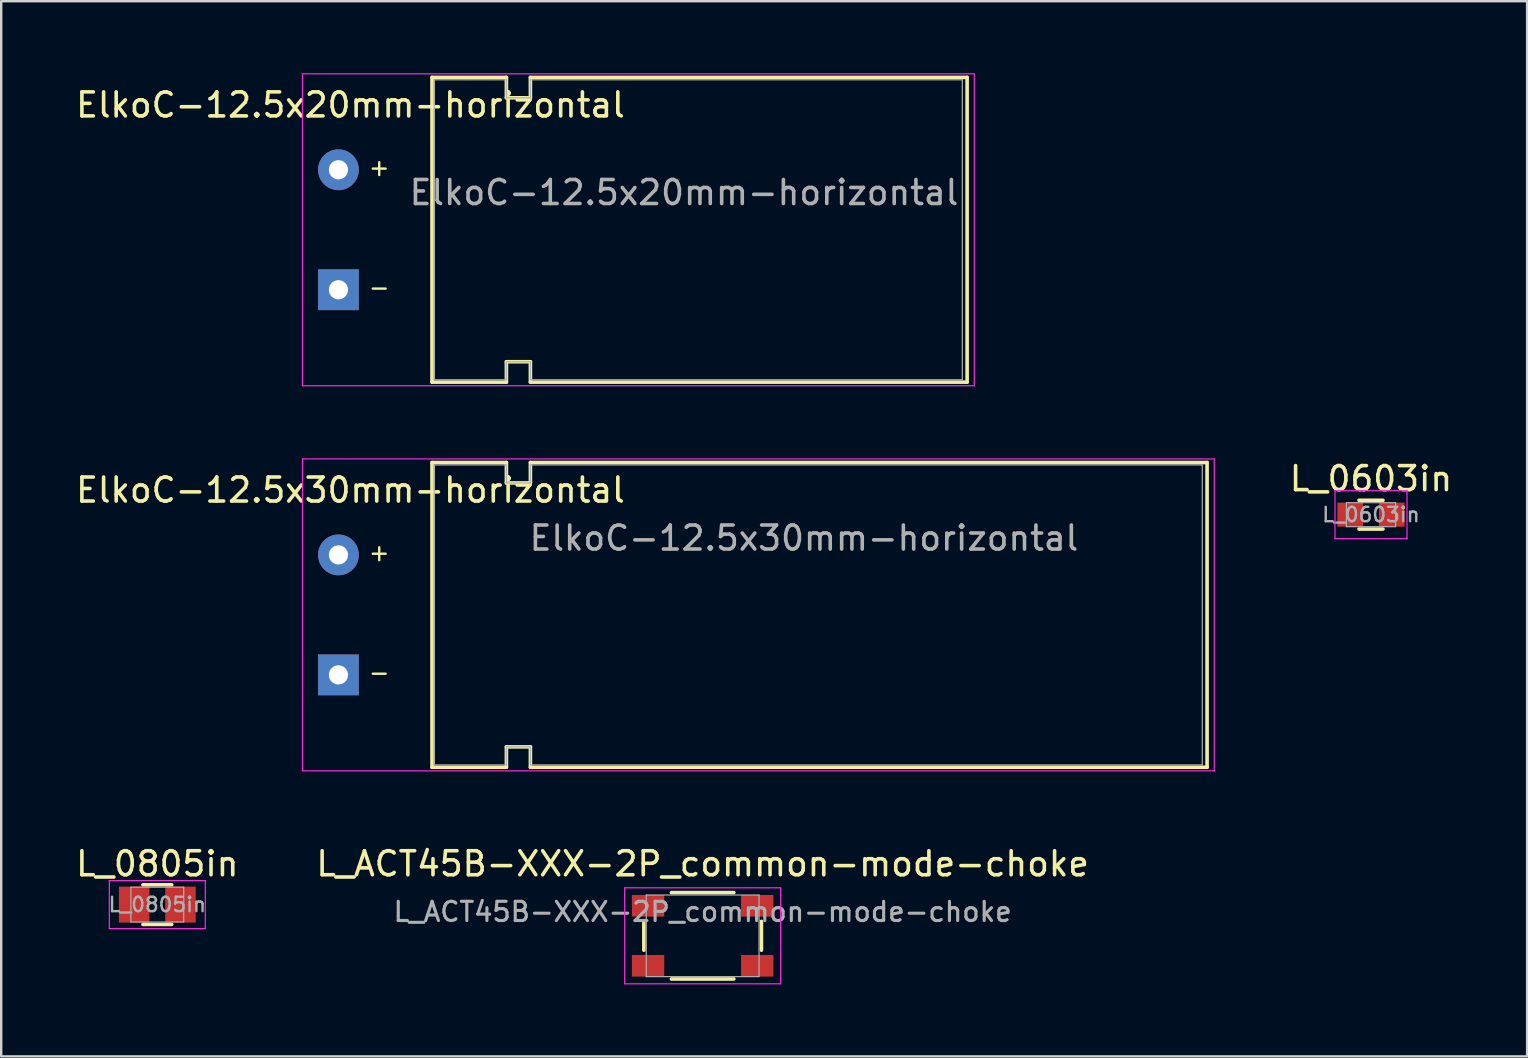
<source format=kicad_pcb>
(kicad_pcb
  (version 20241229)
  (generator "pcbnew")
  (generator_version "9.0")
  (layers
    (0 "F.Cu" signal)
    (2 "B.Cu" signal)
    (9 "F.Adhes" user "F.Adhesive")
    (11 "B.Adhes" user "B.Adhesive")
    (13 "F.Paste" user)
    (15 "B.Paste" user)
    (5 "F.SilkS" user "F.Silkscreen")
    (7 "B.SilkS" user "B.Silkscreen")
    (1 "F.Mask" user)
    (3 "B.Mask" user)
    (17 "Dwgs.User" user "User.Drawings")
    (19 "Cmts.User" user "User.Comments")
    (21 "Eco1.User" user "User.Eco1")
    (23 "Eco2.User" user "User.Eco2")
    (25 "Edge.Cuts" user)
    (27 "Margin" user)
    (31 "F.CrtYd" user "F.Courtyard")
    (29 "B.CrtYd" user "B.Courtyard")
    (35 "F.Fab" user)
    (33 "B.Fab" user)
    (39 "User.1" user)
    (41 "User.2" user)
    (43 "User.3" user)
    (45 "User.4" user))
  (footprint "L_0805in"
    (layer "F.Cu")
    (at 3.506 34.648)
    (property "Reference" "L_0805in" (at 0 0 0) (layer "F.Fab") (effects (font (size 0.6 0.6) (thickness 0.1))))
    (attr smd)
    (fp_line (start -0.6 -0.825) (end 0.6 -0.825) (stroke (width 0.15) (type solid)) (layer "F.SilkS"))
    (fp_line (start 0.6 0.825) (end -0.6 0.825) (stroke (width 0.15) (type solid)) (layer "F.SilkS"))
    (fp_line (start -2 -1) (end -2 1) (stroke (width 0.05) (type solid)) (layer "F.CrtYd"))
    (fp_line (start -2 -1) (end 2 -1) (stroke (width 0.05) (type solid)) (layer "F.CrtYd"))
    (fp_line (start -2 1) (end 2 1) (stroke (width 0.05) (type solid)) (layer "F.CrtYd"))
    (fp_line (start 2 -1) (end 2 1) (stroke (width 0.05) (type solid)) (layer "F.CrtYd"))
    (fp_line (start -1.1 -0.725) (end 1.1 -0.725) (stroke (width 0.05) (type solid)) (layer "F.Fab"))
    (fp_line (start -1.1 0.725) (end -1.1 -0.725) (stroke (width 0.05) (type solid)) (layer "F.Fab"))
    (fp_line (start 1.1 -0.725) (end 1.1 0.725) (stroke (width 0.05) (type solid)) (layer "F.Fab"))
    (fp_line (start 1.1 0.725) (end -1.1 0.725) (stroke (width 0.05) (type solid)) (layer "F.Fab"))
    (fp_text user "${REFERENCE}" (at 0 -1.7 0) (layer "F.SilkS") (effects (font (size 1 1) (thickness 0.15))))
    (pad "1" smd rect (at -0.965 0) (size 1.27 1.5) (layers "F.Cu" "F.Mask" "F.Paste"))
    (pad "2" smd rect (at 0.965 0) (size 1.27 1.5) (layers "F.Cu" "F.Mask" "F.Paste")))
  (footprint "ElkoC-12.5x30mm-horizontal"
    (layer "F.Cu")
    (at 11.054 20.075)
    (property "Reference" "ElkoC-12.5x30mm-horizontal" (at 0.5 -2.7 0) (layer "F.SilkS") (effects (font (size 1 1) (thickness 0.15))))
    (attr through_hole)
    (fp_line (start 3.9 -3.85) (end 3.9 8.85) (stroke (width 0.15) (type solid)) (layer "F.SilkS"))
    (fp_line (start 3.9 -3.85) (end 7 -3.85) (stroke (width 0.15) (type solid)) (layer "F.SilkS"))
    (fp_line (start 3.9 8.85) (end 7 8.85) (stroke (width 0.15) (type solid)) (layer "F.SilkS"))
    (fp_line (start 7 -3.85) (end 7 -3) (stroke (width 0.15) (type solid)) (layer "F.SilkS"))
    (fp_line (start 7 -3) (end 8 -3) (stroke (width 0.15) (type solid)) (layer "F.SilkS"))
    (fp_line (start 7 8) (end 8 8) (stroke (width 0.15) (type solid)) (layer "F.SilkS"))
    (fp_line (start 7 8.85) (end 7 8) (stroke (width 0.15) (type solid)) (layer "F.SilkS"))
    (fp_line (start 8 -3.85) (end 36.2 -3.85) (stroke (width 0.15) (type solid)) (layer "F.SilkS"))
    (fp_line (start 8 -3) (end 8 -3.85) (stroke (width 0.15) (type solid)) (layer "F.SilkS"))
    (fp_line (start 8 8) (end 8 8.85) (stroke (width 0.15) (type solid)) (layer "F.SilkS"))
    (fp_line (start 8 8.85) (end 36.2 8.85) (stroke (width 0.15) (type solid)) (layer "F.SilkS"))
    (fp_line (start 36.2 8.85) (end 36.2 -3.85) (stroke (width 0.15) (type solid)) (layer "F.SilkS"))
    (fp_line (start -1.5 -4) (end -1.5 9) (stroke (width 0.05) (type solid)) (layer "F.CrtYd"))
    (fp_line (start -1.5 9) (end 36.5 9) (stroke (width 0.05) (type solid)) (layer "F.CrtYd"))
    (fp_line (start 36.5 -4) (end -1.5 -4) (stroke (width 0.05) (type solid)) (layer "F.CrtYd"))
    (fp_line (start 36.5 9) (end 36.5 -4) (stroke (width 0.05) (type solid)) (layer "F.CrtYd"))
    (fp_line (start 4 8.75) (end 4 -3.75) (stroke (width 0.05) (type solid)) (layer "F.Fab"))
    (fp_line (start 4 8.75) (end 7 8.75) (stroke (width 0.05) (type solid)) (layer "F.Fab"))
    (fp_line (start 7 -3.75) (end 4 -3.75) (stroke (width 0.05) (type solid)) (layer "F.Fab"))
    (fp_line (start 7 -3) (end 7 -3.75) (stroke (width 0.05) (type solid)) (layer "F.Fab"))
    (fp_line (start 7 8) (end 8 8) (stroke (width 0.05) (type solid)) (layer "F.Fab"))
    (fp_line (start 7 8.75) (end 7 8) (stroke (width 0.05) (type solid)) (layer "F.Fab"))
    (fp_line (start 8 -3.75) (end 8 -3) (stroke (width 0.05) (type solid)) (layer "F.Fab"))
    (fp_line (start 8 -3) (end 7 -3) (stroke (width 0.05) (type solid)) (layer "F.Fab"))
    (fp_line (start 8 8) (end 8 8.75) (stroke (width 0.05) (type solid)) (layer "F.Fab"))
    (fp_line (start 8 8.75) (end 36 8.75) (stroke (width 0.05) (type solid)) (layer "F.Fab"))
    (fp_line (start 36 -3.75) (end 8 -3.75) (stroke (width 0.05) (type solid)) (layer "F.Fab"))
    (fp_line (start 36 -3.75) (end 36 8.75) (stroke (width 0.05) (type solid)) (layer "F.Fab"))
    (fp_text user "-" (at 1.7 4.9 0) (layer "F.SilkS") (effects (font (size 0.7 0.7) (thickness 0.1))))
    (fp_text user "+" (at 1.7 -0.1 0) (layer "F.SilkS") (effects (font (size 0.7 0.7) (thickness 0.1))))
    (fp_text user "${REFERENCE}" (at 19.4 -0.7 0) (layer "F.Fab") (effects (font (size 1 1) (thickness 0.15))))
    (pad "1" thru_hole circle (at 0 0) (size 1.7 1.7) (drill 0.8) (layers "*.Cu" "*.Mask"))
    (pad "2" thru_hole rect (at 0 5) (size 1.7 1.7) (drill 0.8) (layers "*.Cu" "*.Mask")))
  (footprint "ElkoC-12.5x20mm-horizontal"
    (layer "F.Cu")
    (at 11.054 4.025)
    (property "Reference" "ElkoC-12.5x20mm-horizontal" (at 0.5 -2.7 0) (layer "F.SilkS") (effects (font (size 1 1) (thickness 0.15))))
    (attr through_hole)
    (fp_line (start 3.9 -3.85) (end 3.9 8.85) (stroke (width 0.15) (type solid)) (layer "F.SilkS"))
    (fp_line (start 3.9 -3.85) (end 7 -3.85) (stroke (width 0.15) (type solid)) (layer "F.SilkS"))
    (fp_line (start 3.9 8.85) (end 7 8.85) (stroke (width 0.15) (type solid)) (layer "F.SilkS"))
    (fp_line (start 7 -3.85) (end 7 -3) (stroke (width 0.15) (type solid)) (layer "F.SilkS"))
    (fp_line (start 7 -3) (end 8 -3) (stroke (width 0.15) (type solid)) (layer "F.SilkS"))
    (fp_line (start 7 8) (end 8 8) (stroke (width 0.15) (type solid)) (layer "F.SilkS"))
    (fp_line (start 7 8.85) (end 7 8) (stroke (width 0.15) (type solid)) (layer "F.SilkS"))
    (fp_line (start 8 -3.85) (end 26.2 -3.85) (stroke (width 0.15) (type solid)) (layer "F.SilkS"))
    (fp_line (start 8 -3) (end 8 -3.85) (stroke (width 0.15) (type solid)) (layer "F.SilkS"))
    (fp_line (start 8 8) (end 8 8.85) (stroke (width 0.15) (type solid)) (layer "F.SilkS"))
    (fp_line (start 8 8.85) (end 26.2 8.85) (stroke (width 0.15) (type solid)) (layer "F.SilkS"))
    (fp_line (start 26.2 8.85) (end 26.2 -3.85) (stroke (width 0.15) (type solid)) (layer "F.SilkS"))
    (fp_line (start -1.5 -4) (end -1.5 9) (stroke (width 0.05) (type solid)) (layer "F.CrtYd"))
    (fp_line (start -1.5 9) (end 26.5 9) (stroke (width 0.05) (type solid)) (layer "F.CrtYd"))
    (fp_line (start 26.5 -4) (end -1.5 -4) (stroke (width 0.05) (type solid)) (layer "F.CrtYd"))
    (fp_line (start 26.5 9) (end 26.5 -4) (stroke (width 0.05) (type solid)) (layer "F.CrtYd"))
    (fp_line (start 4 8.75) (end 4 -3.75) (stroke (width 0.05) (type solid)) (layer "F.Fab"))
    (fp_line (start 4 8.75) (end 7 8.75) (stroke (width 0.05) (type solid)) (layer "F.Fab"))
    (fp_line (start 7 -3.75) (end 4 -3.75) (stroke (width 0.05) (type solid)) (layer "F.Fab"))
    (fp_line (start 7 -3) (end 7 -3.75) (stroke (width 0.05) (type solid)) (layer "F.Fab"))
    (fp_line (start 7 8) (end 8 8) (stroke (width 0.05) (type solid)) (layer "F.Fab"))
    (fp_line (start 7 8.75) (end 7 8) (stroke (width 0.05) (type solid)) (layer "F.Fab"))
    (fp_line (start 8 -3.75) (end 8 -3) (stroke (width 0.05) (type solid)) (layer "F.Fab"))
    (fp_line (start 8 -3) (end 7 -3) (stroke (width 0.05) (type solid)) (layer "F.Fab"))
    (fp_line (start 8 8) (end 8 8.75) (stroke (width 0.05) (type solid)) (layer "F.Fab"))
    (fp_line (start 8 8.75) (end 26 8.75) (stroke (width 0.05) (type solid)) (layer "F.Fab"))
    (fp_line (start 26 -3.75) (end 8 -3.75) (stroke (width 0.05) (type solid)) (layer "F.Fab"))
    (fp_line (start 26 -3.75) (end 26 8.75) (stroke (width 0.05) (type solid)) (layer "F.Fab"))
    (fp_text user "+" (at 1.7 -0.1 0) (layer "F.SilkS") (effects (font (size 0.7 0.7) (thickness 0.1))))
    (fp_text user "-" (at 1.7 4.9 0) (layer "F.SilkS") (effects (font (size 0.7 0.7) (thickness 0.1))))
    (fp_text user "${REFERENCE}" (at 14.4 0.95 0) (layer "F.Fab") (effects (font (size 1 1) (thickness 0.15))))
    (pad "1" thru_hole circle (at 0 0) (size 1.7 1.7) (drill 0.8) (layers "*.Cu" "*.Mask"))
    (pad "2" thru_hole rect (at 0 5) (size 1.7 1.7) (drill 0.8) (layers "*.Cu" "*.Mask")))
  (footprint "L_ACT45B-XXX-2P_common-mode-choke"
    (layer "F.Cu")
    (at 26.232 35.948)
    (property "Reference" "L_ACT45B-XXX-2P_common-mode-choke" (at 0 -1 0) (layer "F.Fab") (effects (font (size 0.8 0.8) (thickness 0.13))))
    (attr smd)
    (fp_line (start -2.45 -0.6) (end -2.45 0.6) (stroke (width 0.15) (type solid)) (layer "F.SilkS"))
    (fp_line (start -1.3 -1.8) (end 1.3 -1.8) (stroke (width 0.15) (type solid)) (layer "F.SilkS"))
    (fp_line (start -1.3 1.8) (end 1.3 1.8) (stroke (width 0.15) (type solid)) (layer "F.SilkS"))
    (fp_line (start 2.45 -0.6) (end 2.45 0.6) (stroke (width 0.15) (type solid)) (layer "F.SilkS"))
    (fp_line (start -3.25 -2) (end -3.25 2) (stroke (width 0.05) (type solid)) (layer "F.CrtYd"))
    (fp_line (start -3.25 2) (end 3.25 2) (stroke (width 0.05) (type solid)) (layer "F.CrtYd"))
    (fp_line (start 3.25 -2) (end -3.25 -2) (stroke (width 0.05) (type solid)) (layer "F.CrtYd"))
    (fp_line (start 3.25 2) (end 3.25 -2) (stroke (width 0.05) (type solid)) (layer "F.CrtYd"))
    (fp_line (start -2.35 -1.7) (end 2.35 -1.7) (stroke (width 0.05) (type solid)) (layer "F.Fab"))
    (fp_line (start -2.35 1.7) (end -2.35 -1.7) (stroke (width 0.05) (type solid)) (layer "F.Fab"))
    (fp_line (start 2.35 -1.7) (end 2.35 1.7) (stroke (width 0.05) (type solid)) (layer "F.Fab"))
    (fp_line (start 2.35 1.7) (end -2.35 1.7) (stroke (width 0.05) (type solid)) (layer "F.Fab"))
    (fp_text user "${REFERENCE}" (at 0 -3 0) (layer "F.SilkS") (effects (font (size 1 1) (thickness 0.15))))
    (pad "1" smd rect (at -2.275 1.25) (size 1.35 0.9) (layers "F.Cu" "F.Mask" "F.Paste"))
    (pad "2" smd rect (at 2.275 1.25) (size 1.35 0.9) (layers "F.Cu" "F.Mask" "F.Paste"))
    (pad "3" smd rect (at 2.275 -1.25) (size 1.35 0.9) (layers "F.Cu" "F.Mask" "F.Paste"))
    (pad "4" smd rect (at -2.275 -1.25) (size 1.35 0.9) (layers "F.Cu" "F.Mask" "F.Paste")))
  (footprint "L_0603in"
    (layer "F.Cu")
    (at 54.085 18.398)
    (property "Reference" "L_0603in" (at 0 0 0) (layer "F.Fab") (effects (font (size 0.6 0.6) (thickness 0.1))))
    (attr smd)
    (fp_line (start -0.5 -0.6) (end 0.5 -0.6) (stroke (width 0.15) (type solid)) (layer "F.SilkS"))
    (fp_line (start 0.5 0.6) (end -0.5 0.6) (stroke (width 0.15) (type solid)) (layer "F.SilkS"))
    (fp_line (start -1.5 -1) (end -1.5 1) (stroke (width 0.05) (type solid)) (layer "F.CrtYd"))
    (fp_line (start -1.5 -1) (end 1.5 -1) (stroke (width 0.05) (type solid)) (layer "F.CrtYd"))
    (fp_line (start -1.5 1) (end 1.5 1) (stroke (width 0.05) (type solid)) (layer "F.CrtYd"))
    (fp_line (start 1.5 -1) (end 1.5 1) (stroke (width 0.05) (type solid)) (layer "F.CrtYd"))
    (fp_line (start -1.025 -0.5) (end 1.025 -0.5) (stroke (width 0.05) (type solid)) (layer "F.Fab"))
    (fp_line (start -1.025 0.5) (end -1.025 -0.5) (stroke (width 0.05) (type solid)) (layer "F.Fab"))
    (fp_line (start 1.025 -0.5) (end 1.025 0.5) (stroke (width 0.05) (type solid)) (layer "F.Fab"))
    (fp_line (start 1.025 0.5) (end -1.025 0.5) (stroke (width 0.05) (type solid)) (layer "F.Fab"))
    (fp_text user "${REFERENCE}" (at 0 -1.5 0) (layer "F.SilkS") (effects (font (size 1 1) (thickness 0.15))))
    (pad "1" smd rect (at -0.865 0) (size 1.07 1) (layers "F.Cu" "F.Mask" "F.Paste"))
    (pad "2" smd rect (at 0.865 0) (size 1.07 1) (layers "F.Cu" "F.Mask" "F.Paste")))
  (gr_rect
    (start -3 -3)
    (end 60.59 40.973)
    (stroke (width 0.1) (type default))
    (fill no)
    (layer "Edge.Cuts")))
</source>
